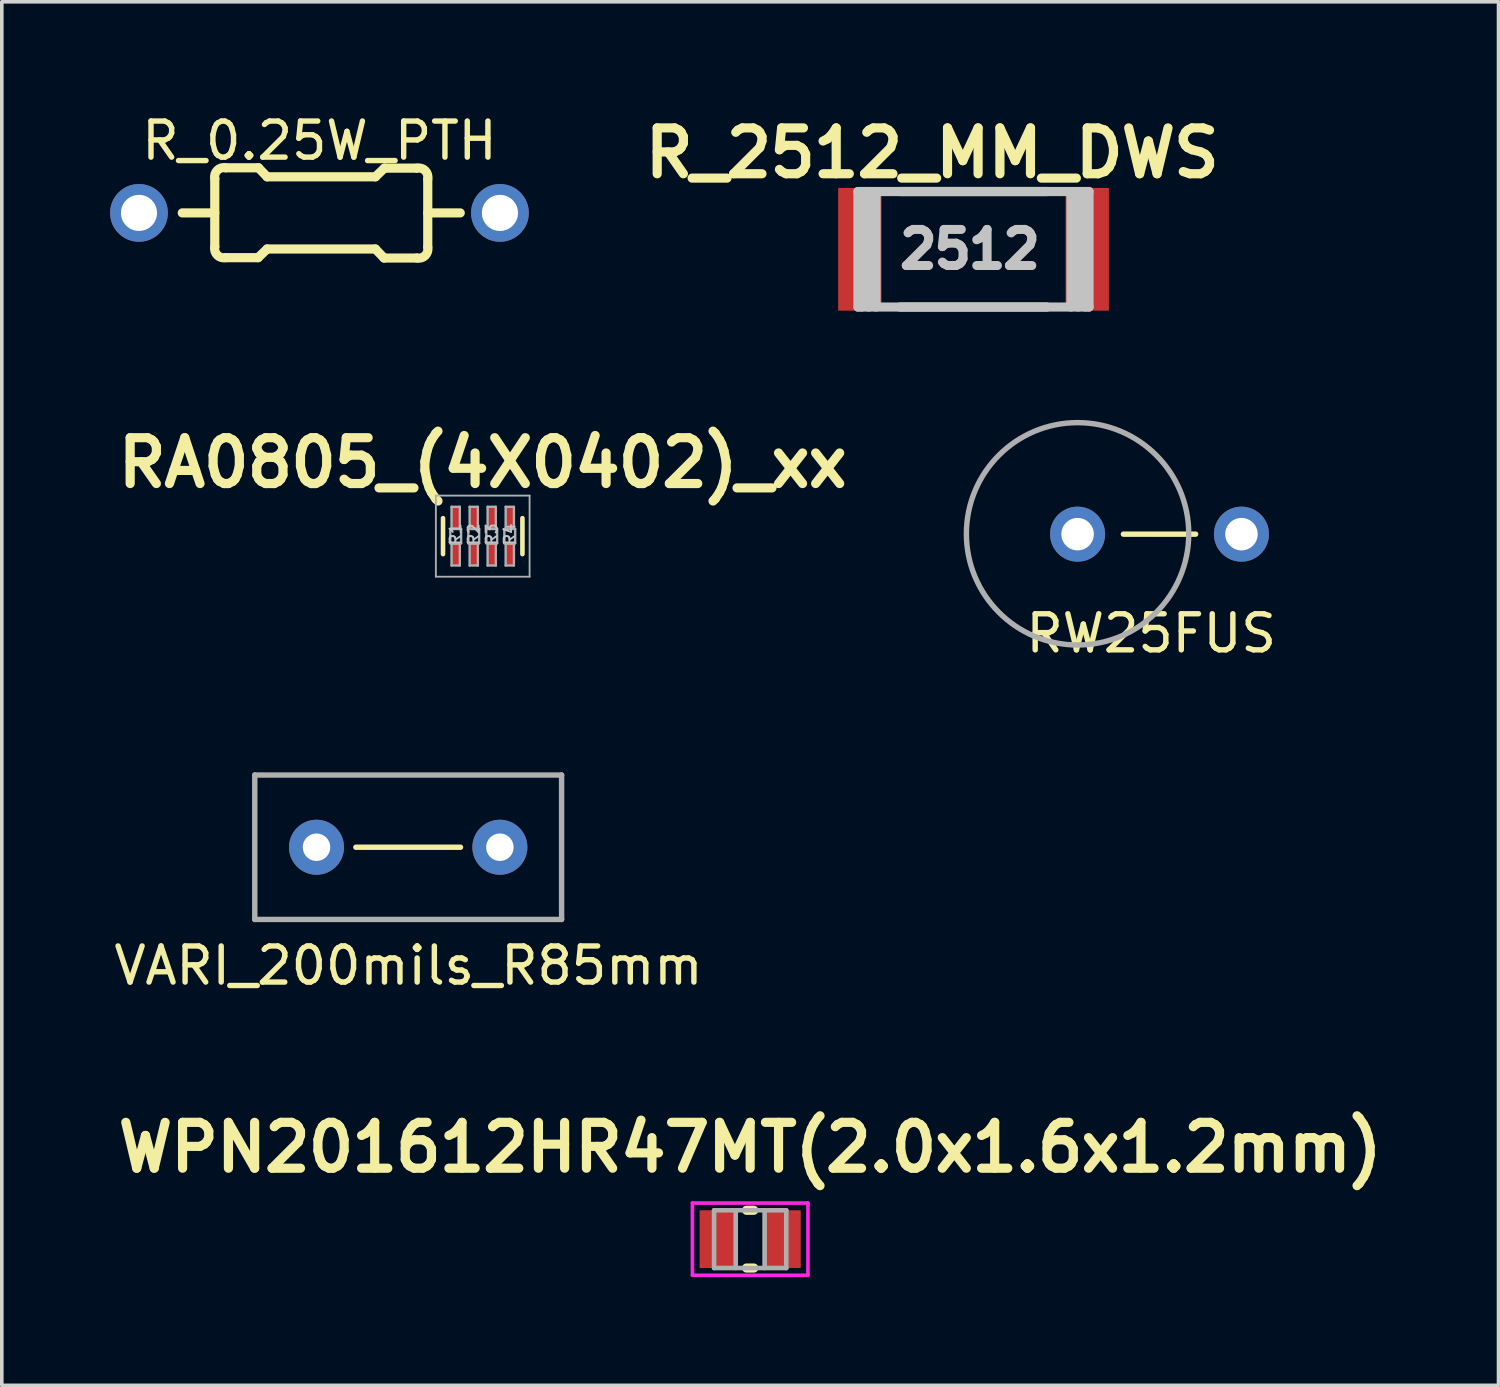
<source format=kicad_pcb>
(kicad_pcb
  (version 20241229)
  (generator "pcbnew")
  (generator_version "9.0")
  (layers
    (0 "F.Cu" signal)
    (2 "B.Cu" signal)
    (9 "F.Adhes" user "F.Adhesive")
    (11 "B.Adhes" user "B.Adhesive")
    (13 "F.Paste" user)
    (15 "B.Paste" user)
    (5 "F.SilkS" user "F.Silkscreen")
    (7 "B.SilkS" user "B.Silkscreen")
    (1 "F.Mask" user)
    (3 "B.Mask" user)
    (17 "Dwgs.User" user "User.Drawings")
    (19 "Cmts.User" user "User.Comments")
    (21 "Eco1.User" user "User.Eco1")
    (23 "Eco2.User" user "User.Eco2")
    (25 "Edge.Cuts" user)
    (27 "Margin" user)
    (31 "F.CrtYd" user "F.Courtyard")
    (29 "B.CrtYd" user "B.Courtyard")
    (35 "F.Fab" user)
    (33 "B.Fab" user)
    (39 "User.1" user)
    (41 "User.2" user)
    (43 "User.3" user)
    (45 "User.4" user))
  (footprint "R_0.25W_PTH"
    (layer "F.Cu")
    (at 5.8 2.848)
    (property "Reference" "R_0.25W_PTH" (at 0 -2 0) (layer "F.SilkS") (effects (font (size 1 1) (thickness 0.15))))
    (attr through_hole)
    (fp_line (start -2.9 -0.95) (end -2.9 0.94) (stroke (width 0.254) (type solid)) (layer "F.SilkS"))
    (fp_line (start -2.9 0) (end -3.8 0) (stroke (width 0.254) (type solid)) (layer "F.SilkS"))
    (fp_line (start -2.6 -1.25) (end -1.69 -1.25) (stroke (width 0.254) (type solid)) (layer "F.SilkS"))
    (fp_line (start -1.7 1.24) (end -2.6 1.24) (stroke (width 0.254) (type solid)) (layer "F.SilkS"))
    (fp_line (start -1.7 1.24) (end -1.45 1) (stroke (width 0.254) (type solid)) (layer "F.SilkS"))
    (fp_line (start -1.45 -1) (end -1.69 -1.25) (stroke (width 0.254) (type solid)) (layer "F.SilkS"))
    (fp_line (start -1.45 -1) (end 1.55 -1) (stroke (width 0.254) (type solid)) (layer "F.SilkS"))
    (fp_line (start 1.55 1) (end -1.45 1) (stroke (width 0.254) (type solid)) (layer "F.SilkS"))
    (fp_line (start 1.55 1) (end 1.79 1.25) (stroke (width 0.254) (type solid)) (layer "F.SilkS"))
    (fp_line (start 1.8 -1.24) (end 1.55 -1) (stroke (width 0.254) (type solid)) (layer "F.SilkS"))
    (fp_line (start 1.8 -1.24) (end 2.7 -1.24) (stroke (width 0.254) (type solid)) (layer "F.SilkS"))
    (fp_line (start 2.7 1.25) (end 1.79 1.25) (stroke (width 0.254) (type solid)) (layer "F.SilkS"))
    (fp_line (start 3 -0.94) (end 3 0.95) (stroke (width 0.254) (type solid)) (layer "F.SilkS"))
    (fp_line (start 3 0) (end 3.9 0) (stroke (width 0.254) (type solid)) (layer "F.SilkS"))
    (fp_arc (start -2.900017 -0.950087) (mid -2.830246 -1.180309) (end -2.6 -1.25) (stroke (width 0.254) (type solid)) (layer "F.SilkS"))
    (fp_arc (start -2.6 1.24) (mid -2.830222 1.170229) (end -2.899913 0.939983) (stroke (width 0.254) (type solid)) (layer "F.SilkS"))
    (fp_arc (start 2.7 -1.24) (mid 2.930222 -1.170229) (end 2.999913 -0.939983) (stroke (width 0.254) (type solid)) (layer "F.SilkS"))
    (fp_arc (start 3.000017 0.950087) (mid 2.930246 1.180309) (end 2.7 1.25) (stroke (width 0.254) (type solid)) (layer "F.SilkS"))
    (pad "1" thru_hole circle (at -5 0) (size 1.6 1.6) (drill 1) (layers "*.Cu" "*.Mask"))
    (pad "2" thru_hole circle (at 5 0) (size 1.6 1.6) (drill 1) (layers "*.Cu" "*.Mask")))
  (footprint "RW25FUS"
    (layer "F.Cu")
    (at 28.802 11.748)
    (property "Reference" "RW25FUS" (at 0.04 2.75 0) (layer "F.SilkS") (effects (font (size 1 1) (thickness 0.15))))
    (attr through_hole)
    (fp_line (start -0.73 0) (end 1.27 0) (stroke (width 0.15) (type solid)) (layer "F.SilkS"))
    (fp_circle (center -2 -0.01) (end -5.08 0) (stroke (width 0.15) (type solid)) (fill no) (layer "F.Fab"))
    (pad "1" thru_hole circle (at -2 0) (size 1.524 1.524) (drill 0.9) (layers "*.Cu" "*.Mask"))
    (pad "2" thru_hole circle (at 2.54 0) (size 1.524 1.524) (drill 0.9) (layers "*.Cu" "*.Mask")))
  (footprint "WPN201612HR47MT(2.0x1.6x1.2mm)"
    (layer "F.Cu")
    (at 17.732 31.278)
    (property "Reference" "WPN201612HR47MT(2.0x1.6x1.2mm)" (at 0 -2.54 0) (layer "F.SilkS") (effects (font (size 1.27 1.27) (thickness 0.254))))
    (attr smd)
    (fp_line (start 0.1 -0.8) (end -0.1 -0.8) (stroke (width 0.254) (type solid)) (layer "F.SilkS"))
    (fp_line (start 0.1 0.8) (end -0.1 0.8) (stroke (width 0.254) (type solid)) (layer "F.SilkS"))
    (fp_line (start -1.6 -1) (end 1.6 -1) (stroke (width 0.1) (type solid)) (layer "F.CrtYd"))
    (fp_line (start -1.6 1) (end -1.6 -1) (stroke (width 0.1) (type solid)) (layer "F.CrtYd"))
    (fp_line (start 1.6 -1) (end 1.6 1) (stroke (width 0.1) (type solid)) (layer "F.CrtYd"))
    (fp_line (start 1.6 1) (end -1.6 1) (stroke (width 0.1) (type solid)) (layer "F.CrtYd"))
    (fp_line (start -1 -0.8) (end -1 0.8) (stroke (width 0.127) (type solid)) (layer "F.Fab"))
    (fp_line (start -1 0.8) (end 1 0.8) (stroke (width 0.127) (type solid)) (layer "F.Fab"))
    (fp_line (start -0.4 -0.8) (end -0.4 0.8) (stroke (width 0.127) (type solid)) (layer "F.Fab"))
    (fp_line (start 0.4 0.8) (end 0.4 -0.8) (stroke (width 0.127) (type solid)) (layer "F.Fab"))
    (fp_line (start 1 -0.8) (end -1 -0.8) (stroke (width 0.127) (type solid)) (layer "F.Fab"))
    (fp_line (start 1 0.8) (end 1 -0.8) (stroke (width 0.127) (type solid)) (layer "F.Fab"))
    (pad "1" smd rect (at -0.9 0 90) (size 1.6 1) (layers "F.Cu" "F.Mask" "F.Paste"))
    (pad "2" smd rect (at 0.9 0 90) (size 1.6 1) (layers "F.Cu" "F.Mask" "F.Paste")))
  (footprint "RA0805_(4X0402)_xx"
    (layer "F.Cu")
    (at 10.323 11.803)
    (property "Reference" "RA0805_(4X0402)_xx" (at 0 -2.032 0) (layer "F.SilkS") (effects (font (size 1.27 1.27) (thickness 0.254))))
    (attr smd)
    (fp_line (start -1.1 -0.498) (end -1.1 0.498) (stroke (width 0.127) (type solid)) (layer "F.SilkS"))
    (fp_line (start 1.1 0.498) (end 1.1 -0.498) (stroke (width 0.127) (type solid)) (layer "F.SilkS"))
    (fp_line (start -1.298 -1.123) (end 1.298 -1.123) (stroke (width 0.051) (type solid)) (layer "F.Fab"))
    (fp_line (start -1.298 1.123) (end -1.298 -1.123) (stroke (width 0.051) (type solid)) (layer "F.Fab"))
    (fp_line (start -0.899 -0.198) (end -0.599 -0.198) (stroke (width 0.066) (type solid)) (layer "F.Fab"))
    (fp_line (start -0.899 0.198) (end -0.899 -0.198) (stroke (width 0.066) (type solid)) (layer "F.Fab"))
    (fp_line (start -0.899 0.198) (end -0.599 0.198) (stroke (width 0.066) (type solid)) (layer "F.Fab"))
    (fp_line (start -0.864 -0.813) (end -0.635 -0.813) (stroke (width 0.066) (type solid)) (layer "F.Fab"))
    (fp_line (start -0.864 -0.208) (end -0.864 -0.813) (stroke (width 0.066) (type solid)) (layer "F.Fab"))
    (fp_line (start -0.864 -0.208) (end -0.635 -0.208) (stroke (width 0.066) (type solid)) (layer "F.Fab"))
    (fp_line (start -0.864 0.208) (end -0.635 0.208) (stroke (width 0.066) (type solid)) (layer "F.Fab"))
    (fp_line (start -0.864 0.813) (end -0.864 0.208) (stroke (width 0.066) (type solid)) (layer "F.Fab"))
    (fp_line (start -0.864 0.813) (end -0.635 0.813) (stroke (width 0.066) (type solid)) (layer "F.Fab"))
    (fp_line (start -0.635 -0.208) (end -0.635 -0.813) (stroke (width 0.066) (type solid)) (layer "F.Fab"))
    (fp_line (start -0.635 0.813) (end -0.635 0.208) (stroke (width 0.066) (type solid)) (layer "F.Fab"))
    (fp_line (start -0.599 0.198) (end -0.599 -0.198) (stroke (width 0.066) (type solid)) (layer "F.Fab"))
    (fp_line (start -0.399 -0.198) (end -0.099 -0.198) (stroke (width 0.066) (type solid)) (layer "F.Fab"))
    (fp_line (start -0.399 0.198) (end -0.399 -0.198) (stroke (width 0.066) (type solid)) (layer "F.Fab"))
    (fp_line (start -0.399 0.198) (end -0.099 0.198) (stroke (width 0.066) (type solid)) (layer "F.Fab"))
    (fp_line (start -0.363 -0.813) (end -0.135 -0.813) (stroke (width 0.066) (type solid)) (layer "F.Fab"))
    (fp_line (start -0.363 -0.208) (end -0.363 -0.813) (stroke (width 0.066) (type solid)) (layer "F.Fab"))
    (fp_line (start -0.363 -0.208) (end -0.135 -0.208) (stroke (width 0.066) (type solid)) (layer "F.Fab"))
    (fp_line (start -0.363 0.208) (end -0.135 0.208) (stroke (width 0.066) (type solid)) (layer "F.Fab"))
    (fp_line (start -0.363 0.813) (end -0.363 0.208) (stroke (width 0.066) (type solid)) (layer "F.Fab"))
    (fp_line (start -0.363 0.813) (end -0.135 0.813) (stroke (width 0.066) (type solid)) (layer "F.Fab"))
    (fp_line (start -0.135 -0.208) (end -0.135 -0.813) (stroke (width 0.066) (type solid)) (layer "F.Fab"))
    (fp_line (start -0.135 0.813) (end -0.135 0.208) (stroke (width 0.066) (type solid)) (layer "F.Fab"))
    (fp_line (start -0.099 0.198) (end -0.099 -0.198) (stroke (width 0.066) (type solid)) (layer "F.Fab"))
    (fp_line (start 0.099 -0.198) (end 0.399 -0.198) (stroke (width 0.066) (type solid)) (layer "F.Fab"))
    (fp_line (start 0.099 0.198) (end 0.099 -0.198) (stroke (width 0.066) (type solid)) (layer "F.Fab"))
    (fp_line (start 0.099 0.198) (end 0.399 0.198) (stroke (width 0.066) (type solid)) (layer "F.Fab"))
    (fp_line (start 0.135 -0.813) (end 0.363 -0.813) (stroke (width 0.066) (type solid)) (layer "F.Fab"))
    (fp_line (start 0.135 -0.208) (end 0.135 -0.813) (stroke (width 0.066) (type solid)) (layer "F.Fab"))
    (fp_line (start 0.135 -0.208) (end 0.363 -0.208) (stroke (width 0.066) (type solid)) (layer "F.Fab"))
    (fp_line (start 0.135 0.208) (end 0.363 0.208) (stroke (width 0.066) (type solid)) (layer "F.Fab"))
    (fp_line (start 0.135 0.813) (end 0.135 0.208) (stroke (width 0.066) (type solid)) (layer "F.Fab"))
    (fp_line (start 0.135 0.813) (end 0.363 0.813) (stroke (width 0.066) (type solid)) (layer "F.Fab"))
    (fp_line (start 0.363 -0.208) (end 0.363 -0.813) (stroke (width 0.066) (type solid)) (layer "F.Fab"))
    (fp_line (start 0.363 0.813) (end 0.363 0.208) (stroke (width 0.066) (type solid)) (layer "F.Fab"))
    (fp_line (start 0.399 0.198) (end 0.399 -0.198) (stroke (width 0.066) (type solid)) (layer "F.Fab"))
    (fp_line (start 0.599 -0.198) (end 0.899 -0.198) (stroke (width 0.066) (type solid)) (layer "F.Fab"))
    (fp_line (start 0.599 0.198) (end 0.599 -0.198) (stroke (width 0.066) (type solid)) (layer "F.Fab"))
    (fp_line (start 0.599 0.198) (end 0.899 0.198) (stroke (width 0.066) (type solid)) (layer "F.Fab"))
    (fp_line (start 0.635 -0.813) (end 0.864 -0.813) (stroke (width 0.066) (type solid)) (layer "F.Fab"))
    (fp_line (start 0.635 -0.208) (end 0.635 -0.813) (stroke (width 0.066) (type solid)) (layer "F.Fab"))
    (fp_line (start 0.635 -0.208) (end 0.864 -0.208) (stroke (width 0.066) (type solid)) (layer "F.Fab"))
    (fp_line (start 0.635 0.208) (end 0.864 0.208) (stroke (width 0.066) (type solid)) (layer "F.Fab"))
    (fp_line (start 0.635 0.813) (end 0.635 0.208) (stroke (width 0.066) (type solid)) (layer "F.Fab"))
    (fp_line (start 0.635 0.813) (end 0.864 0.813) (stroke (width 0.066) (type solid)) (layer "F.Fab"))
    (fp_line (start 0.864 -0.208) (end 0.864 -0.813) (stroke (width 0.066) (type solid)) (layer "F.Fab"))
    (fp_line (start 0.864 0.813) (end 0.864 0.208) (stroke (width 0.066) (type solid)) (layer "F.Fab"))
    (fp_line (start 0.899 0.198) (end 0.899 -0.198) (stroke (width 0.066) (type solid)) (layer "F.Fab"))
    (fp_line (start 1.298 -1.123) (end 1.298 1.123) (stroke (width 0.051) (type solid)) (layer "F.Fab"))
    (fp_line (start 1.298 1.123) (end -1.298 1.123) (stroke (width 0.051) (type solid)) (layer "F.Fab"))
    (fp_text user "R2" (at -0.251 -0.053 90) (layer "Dwgs.User") (effects (font (size 0.305 0.305) (thickness 0.051))))
    (fp_text user "R4" (at 0.747 -0.053 90) (layer "Dwgs.User") (effects (font (size 0.305 0.305) (thickness 0.051))))
    (fp_text user "R3" (at 0.246 -0.053 90) (layer "Dwgs.User") (effects (font (size 0.305 0.305) (thickness 0.051))))
    (fp_text user "R1" (at -0.752 -0.053 90) (layer "Dwgs.User") (effects (font (size 0.305 0.305) (thickness 0.051))))
    (pad "1.1" smd rect (at -0.75 0.512 90) (size 0.625 0.25) (layers "F.Cu" "F.Mask" "F.Paste"))
    (pad "1.2" smd rect (at -0.75 -0.512 90) (size 0.625 0.25) (layers "F.Cu" "F.Mask" "F.Paste"))
    (pad "2.1" smd rect (at -0.25 0.512 90) (size 0.625 0.25) (layers "F.Cu" "F.Mask" "F.Paste"))
    (pad "2.2" smd rect (at -0.25 -0.512 90) (size 0.625 0.25) (layers "F.Cu" "F.Mask" "F.Paste"))
    (pad "3.1" smd rect (at 0.25 0.512 270) (size 0.625 0.25) (layers "F.Cu" "F.Mask" "F.Paste"))
    (pad "3.2" smd rect (at 0.25 -0.512 270) (size 0.625 0.25) (layers "F.Cu" "F.Mask" "F.Paste"))
    (pad "4.1" smd rect (at 0.75 0.512 270) (size 0.625 0.25) (layers "F.Cu" "F.Mask" "F.Paste"))
    (pad "4.2" smd rect (at 0.75 -0.512 270) (size 0.625 0.25) (layers "F.Cu" "F.Mask" "F.Paste")))
  (footprint "VARI_200mils_R85mm"
    (layer "F.Cu")
    (at 8.258 20.421)
    (property "Reference" "VARI_200mils_R85mm" (at 0.01 3.28 0) (layer "F.SilkS") (effects (font (size 1 1) (thickness 0.15))))
    (attr through_hole)
    (fp_line (start -1.45 0) (end 1.45 0) (stroke (width 0.15) (type solid)) (layer "F.SilkS"))
    (fp_line (start -4.25 -2) (end 4.25 -2) (stroke (width 0.15) (type solid)) (layer "F.Fab"))
    (fp_line (start -4.25 2) (end -4.25 -2) (stroke (width 0.15) (type solid)) (layer "F.Fab"))
    (fp_line (start 4.25 -2) (end 4.25 2) (stroke (width 0.15) (type solid)) (layer "F.Fab"))
    (fp_line (start 4.25 2) (end -4.25 2) (stroke (width 0.15) (type solid)) (layer "F.Fab"))
    (pad "1" thru_hole oval (at -2.54 0) (size 1.524 1.524) (drill 0.762) (layers "*.Cu" "*.Mask"))
    (pad "2" thru_hole circle (at 2.54 0) (size 1.524 1.524) (drill 0.762) (layers "*.Cu" "*.Mask")))
  (footprint "R_2512_MM_DWS"
    (layer "F.Cu")
    (at 23.919 3.856)
    (property "Reference" "R_2512_MM_DWS" (at -1.143 -2.667 0) (layer "F.SilkS") (effects (font (size 1.27 1.27) (thickness 0.254))))
    (attr smd)
    (fp_line (start 2.032 -1.6) (end -2.032 -1.6) (stroke (width 0.254) (type solid)) (layer "F.SilkS"))
    (fp_line (start 2.032 1.6) (end -2.032 1.6) (stroke (width 0.254) (type solid)) (layer "F.SilkS"))
    (fp_line (start -3.2 -1.6) (end 3.2 -1.6) (stroke (width 0.254) (type solid)) (layer "Dwgs.User"))
    (fp_line (start -3.2 1.6) (end -3.2 -1.6) (stroke (width 0.254) (type solid)) (layer "Dwgs.User"))
    (fp_line (start -3.1 -1.6) (end -3.1 1.6) (stroke (width 0.254) (type solid)) (layer "Dwgs.User"))
    (fp_line (start -2.9 1.6) (end -2.9 -1.6) (stroke (width 0.254) (type solid)) (layer "Dwgs.User"))
    (fp_line (start -2.7 -1.6) (end -2.7 1.6) (stroke (width 0.254) (type solid)) (layer "Dwgs.User"))
    (fp_line (start 2.7 -1.6) (end 2.7 1.6) (stroke (width 0.254) (type solid)) (layer "Dwgs.User"))
    (fp_line (start 2.9 -1.6) (end 2.9 1.6) (stroke (width 0.254) (type solid)) (layer "Dwgs.User"))
    (fp_line (start 3.1 -1.6) (end 3.1 1.6) (stroke (width 0.254) (type solid)) (layer "Dwgs.User"))
    (fp_line (start 3.2 -1.6) (end 3.2 1.6) (stroke (width 0.254) (type solid)) (layer "Dwgs.User"))
    (fp_line (start 3.2 1.6) (end -3.2 1.6) (stroke (width 0.254) (type solid)) (layer "Dwgs.User"))
    (fp_text user "2512" (at -0.1 0 0) (layer "Dwgs.User") (effects (font (size 1 1) (thickness 0.25))))
    (pad "1" smd rect (at -3.15 0) (size 1.2 3.4) (layers "F.Cu" "F.Mask" "F.Paste"))
    (pad "2" smd rect (at 3.15 0) (size 1.2 3.4) (layers "F.Cu" "F.Mask" "F.Paste")))
  (gr_rect
    (start -3 -3)
    (end 38.463 35.328)
    (stroke (width 0.1) (type default))
    (fill no)
    (layer "Edge.Cuts")))
</source>
